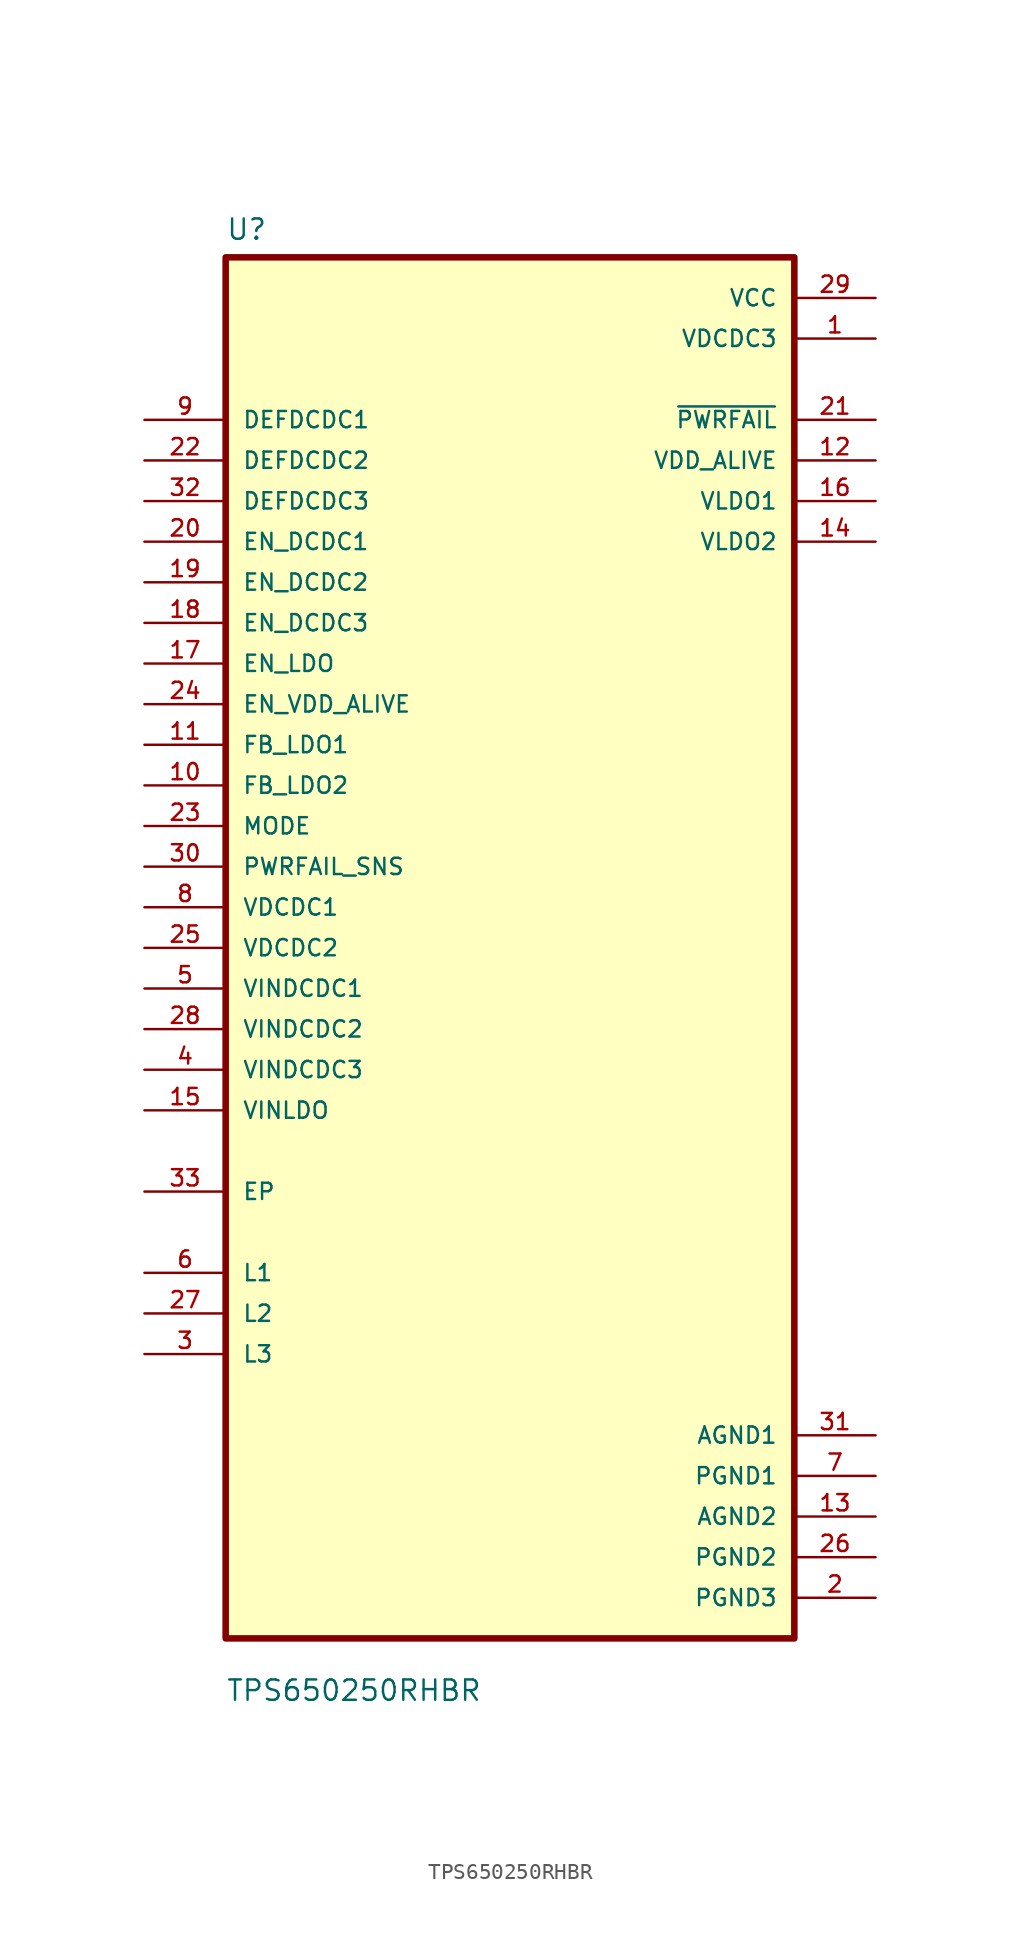
<source format=kicad_sym>
(kicad_symbol_lib
  (version 20211014)
  (generator kicad_symbol_editor)
  (symbol "TPS650250RHBR"
    (pin_names
      (offset 1.016))
    (property "Reference" "U"
      (at -17.78 44.18 0.0)
      (effects (font (size 1.27 1.27)) (justify bottom left)))
    (property "Value" "TPS650250RHBR"
      (at -17.78 -47.18 0.0)
      (effects (font (size 1.27 1.27)) (justify bottom left)))
    (symbol "TPS650250RHBR_0_0"
      (rectangle (start -17.78 -43.18) (end 17.78 43.18) (stroke (width 0.41)) (fill (type background)))
      (pin input line (at -22.86 33.02 0) (length 5.08) (name "DEFDCDC1" (effects (font (size 1.016 1.016)))) (number "9" (effects (font (size 1.016 1.016)))))
      (pin input line (at -22.86 30.48 0) (length 5.08) (name "DEFDCDC2" (effects (font (size 1.016 1.016)))) (number "22" (effects (font (size 1.016 1.016)))))
      (pin input line (at -22.86 27.94 0) (length 5.08) (name "DEFDCDC3" (effects (font (size 1.016 1.016)))) (number "32" (effects (font (size 1.016 1.016)))))
      (pin input line (at -22.86 25.4 0) (length 5.08) (name "EN_DCDC1" (effects (font (size 1.016 1.016)))) (number "20" (effects (font (size 1.016 1.016)))))
      (pin input line (at -22.86 22.86 0) (length 5.08) (name "EN_DCDC2" (effects (font (size 1.016 1.016)))) (number "19" (effects (font (size 1.016 1.016)))))
      (pin input line (at -22.86 20.32 0) (length 5.08) (name "EN_DCDC3" (effects (font (size 1.016 1.016)))) (number "18" (effects (font (size 1.016 1.016)))))
      (pin input line (at -22.86 17.78 0) (length 5.08) (name "EN_LDO" (effects (font (size 1.016 1.016)))) (number "17" (effects (font (size 1.016 1.016)))))
      (pin input line (at -22.86 15.24 0) (length 5.08) (name "EN_VDD_ALIVE" (effects (font (size 1.016 1.016)))) (number "24" (effects (font (size 1.016 1.016)))))
      (pin input line (at -22.86 12.7 0) (length 5.08) (name "FB_LDO1" (effects (font (size 1.016 1.016)))) (number "11" (effects (font (size 1.016 1.016)))))
      (pin input line (at -22.86 10.16 0) (length 5.08) (name "FB_LDO2" (effects (font (size 1.016 1.016)))) (number "10" (effects (font (size 1.016 1.016)))))
      (pin input line (at -22.86 7.62 0) (length 5.08) (name "MODE" (effects (font (size 1.016 1.016)))) (number "23" (effects (font (size 1.016 1.016)))))
      (pin input line (at -22.86 5.08 0) (length 5.08) (name "PWRFAIL_SNS" (effects (font (size 1.016 1.016)))) (number "30" (effects (font (size 1.016 1.016)))))
      (pin input line (at -22.86 2.54 0) (length 5.08) (name "VDCDC1" (effects (font (size 1.016 1.016)))) (number "8" (effects (font (size 1.016 1.016)))))
      (pin input line (at -22.86 1.06581e-14 0) (length 5.08) (name "VDCDC2" (effects (font (size 1.016 1.016)))) (number "25" (effects (font (size 1.016 1.016)))))
      (pin input line (at -22.86 -2.54 0) (length 5.08) (name "VINDCDC1" (effects (font (size 1.016 1.016)))) (number "5" (effects (font (size 1.016 1.016)))))
      (pin input line (at -22.86 -5.08 0) (length 5.08) (name "VINDCDC2" (effects (font (size 1.016 1.016)))) (number "28" (effects (font (size 1.016 1.016)))))
      (pin input line (at -22.86 -7.62 0) (length 5.08) (name "VINDCDC3" (effects (font (size 1.016 1.016)))) (number "4" (effects (font (size 1.016 1.016)))))
      (pin input line (at -22.86 -10.16 0) (length 5.08) (name "VINLDO" (effects (font (size 1.016 1.016)))) (number "15" (effects (font (size 1.016 1.016)))))
      (pin bidirectional line (at -22.86 -15.24 0) (length 5.08) (name "EP" (effects (font (size 1.016 1.016)))) (number "33" (effects (font (size 1.016 1.016)))))
      (pin bidirectional line (at -22.86 -20.32 0) (length 5.08) (name "L1" (effects (font (size 1.016 1.016)))) (number "6" (effects (font (size 1.016 1.016)))))
      (pin bidirectional line (at -22.86 -22.86 0) (length 5.08) (name "L2" (effects (font (size 1.016 1.016)))) (number "27" (effects (font (size 1.016 1.016)))))
      (pin bidirectional line (at -22.86 -25.4 0) (length 5.08) (name "L3" (effects (font (size 1.016 1.016)))) (number "3" (effects (font (size 1.016 1.016)))))
      (pin power_in line (at 22.86 40.64 180.0) (length 5.08) (name "VCC" (effects (font (size 1.016 1.016)))) (number "29" (effects (font (size 1.016 1.016)))))
      (pin power_in line (at 22.86 38.1 180.0) (length 5.08) (name "VDCDC3" (effects (font (size 1.016 1.016)))) (number "1" (effects (font (size 1.016 1.016)))))
      (pin output line (at 22.86 33.02 180.0) (length 5.08) (name "~{PWRFAIL}" (effects (font (size 1.016 1.016)))) (number "21" (effects (font (size 1.016 1.016)))))
      (pin output line (at 22.86 30.48 180.0) (length 5.08) (name "VDD_ALIVE" (effects (font (size 1.016 1.016)))) (number "12" (effects (font (size 1.016 1.016)))))
      (pin output line (at 22.86 27.94 180.0) (length 5.08) (name "VLDO1" (effects (font (size 1.016 1.016)))) (number "16" (effects (font (size 1.016 1.016)))))
      (pin output line (at 22.86 25.4 180.0) (length 5.08) (name "VLDO2" (effects (font (size 1.016 1.016)))) (number "14" (effects (font (size 1.016 1.016)))))
      (pin power_in line (at 22.86 -30.48 180.0) (length 5.08) (name "AGND1" (effects (font (size 1.016 1.016)))) (number "31" (effects (font (size 1.016 1.016)))))
      (pin power_in line (at 22.86 -33.02 180.0) (length 5.08) (name "PGND1" (effects (font (size 1.016 1.016)))) (number "7" (effects (font (size 1.016 1.016)))))
      (pin power_in line (at 22.86 -35.56 180.0) (length 5.08) (name "AGND2" (effects (font (size 1.016 1.016)))) (number "13" (effects (font (size 1.016 1.016)))))
      (pin power_in line (at 22.86 -38.1 180.0) (length 5.08) (name "PGND2" (effects (font (size 1.016 1.016)))) (number "26" (effects (font (size 1.016 1.016)))))
      (pin power_in line (at 22.86 -40.64 180.0) (length 5.08) (name "PGND3" (effects (font (size 1.016 1.016)))) (number "2" (effects (font (size 1.016 1.016))))))))
</source>
